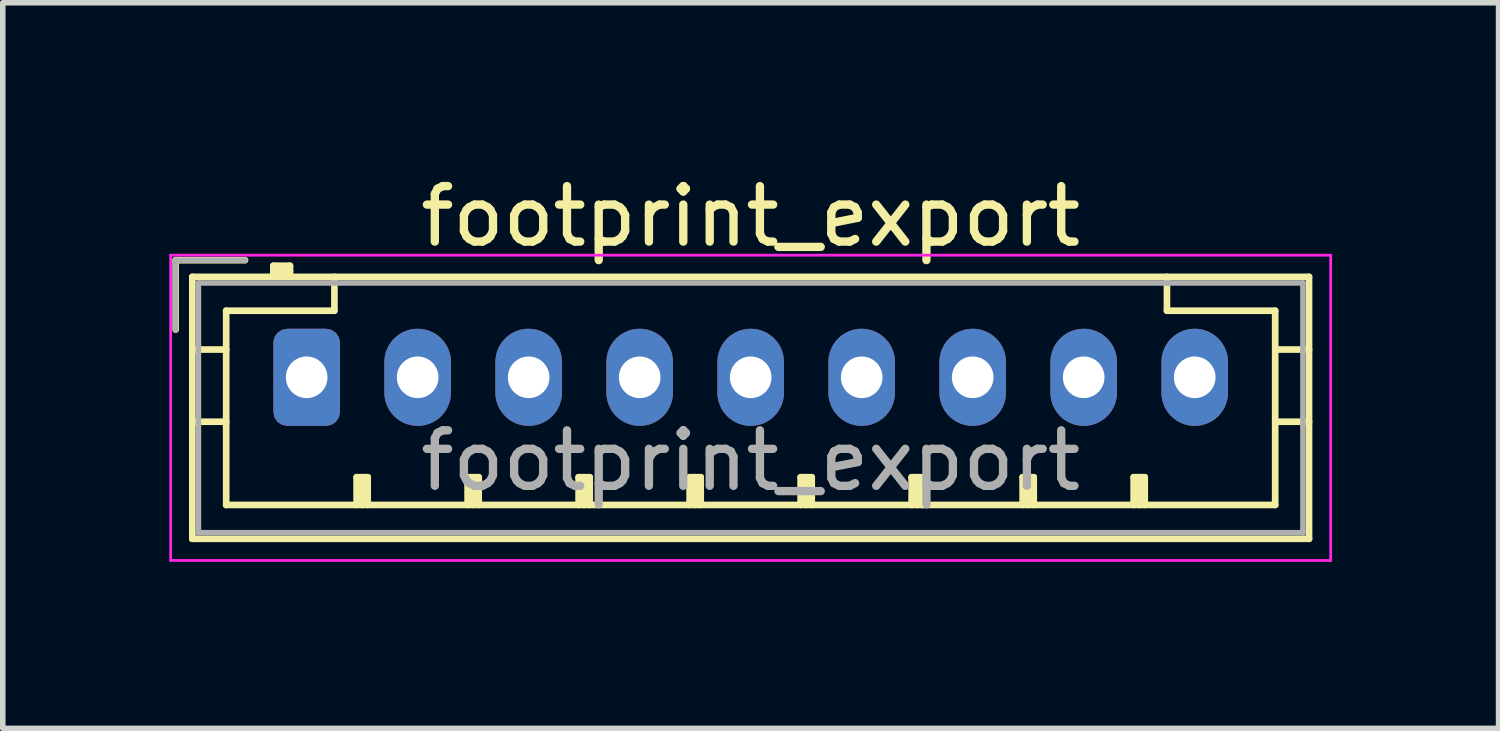
<source format=kicad_pcb>
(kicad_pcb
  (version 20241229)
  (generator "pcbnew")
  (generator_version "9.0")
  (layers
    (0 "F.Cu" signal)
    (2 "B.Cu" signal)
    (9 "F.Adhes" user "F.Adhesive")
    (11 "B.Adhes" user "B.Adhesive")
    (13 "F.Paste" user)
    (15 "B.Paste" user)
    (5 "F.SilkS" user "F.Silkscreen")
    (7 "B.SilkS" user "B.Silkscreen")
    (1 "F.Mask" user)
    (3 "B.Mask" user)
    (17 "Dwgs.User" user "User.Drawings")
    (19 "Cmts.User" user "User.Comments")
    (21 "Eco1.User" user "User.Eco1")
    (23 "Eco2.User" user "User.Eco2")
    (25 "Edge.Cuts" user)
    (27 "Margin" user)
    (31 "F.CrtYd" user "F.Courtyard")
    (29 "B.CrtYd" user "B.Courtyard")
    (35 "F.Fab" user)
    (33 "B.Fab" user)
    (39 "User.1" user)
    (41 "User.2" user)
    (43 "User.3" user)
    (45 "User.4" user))
  (footprint "footprint_export"
    (layer "F.Cu")
    (at 2.475 3.748)
    (property "Reference" "footprint_export" (at 8 -2.9 0) (layer "F.SilkS") (effects (font (size 1 1) (thickness 0.15))))
    (attr through_hole)
    (fp_line (start -2.36 -2.11) (end -2.36 -0.86) (stroke (width 0.12) (type solid)) (layer "F.SilkS"))
    (fp_line (start -2.06 -1.81) (end -2.06 2.91) (stroke (width 0.12) (type solid)) (layer "F.SilkS"))
    (fp_line (start -2.06 -0.5) (end -1.45 -0.5) (stroke (width 0.12) (type solid)) (layer "F.SilkS"))
    (fp_line (start -2.06 0.8) (end -1.45 0.8) (stroke (width 0.12) (type solid)) (layer "F.SilkS"))
    (fp_line (start -2.06 2.91) (end 18.06 2.91) (stroke (width 0.12) (type solid)) (layer "F.SilkS"))
    (fp_line (start -1.45 -1.2) (end -1.45 2.3) (stroke (width 0.12) (type solid)) (layer "F.SilkS"))
    (fp_line (start -1.45 2.3) (end 17.45 2.3) (stroke (width 0.12) (type solid)) (layer "F.SilkS"))
    (fp_line (start -1.11 -2.11) (end -2.36 -2.11) (stroke (width 0.12) (type solid)) (layer "F.SilkS"))
    (fp_line (start -0.6 -2.01) (end -0.6 -1.81) (stroke (width 0.12) (type solid)) (layer "F.SilkS"))
    (fp_line (start -0.3 -2.01) (end -0.6 -2.01) (stroke (width 0.12) (type solid)) (layer "F.SilkS"))
    (fp_line (start -0.3 -1.91) (end -0.6 -1.91) (stroke (width 0.12) (type solid)) (layer "F.SilkS"))
    (fp_line (start -0.3 -1.81) (end -0.3 -2.01) (stroke (width 0.12) (type solid)) (layer "F.SilkS"))
    (fp_line (start 0.5 -1.81) (end 0.5 -1.2) (stroke (width 0.12) (type solid)) (layer "F.SilkS"))
    (fp_line (start 0.5 -1.2) (end -1.45 -1.2) (stroke (width 0.12) (type solid)) (layer "F.SilkS"))
    (fp_line (start 0.9 1.8) (end 1.1 1.8) (stroke (width 0.12) (type solid)) (layer "F.SilkS"))
    (fp_line (start 0.9 2.3) (end 0.9 1.8) (stroke (width 0.12) (type solid)) (layer "F.SilkS"))
    (fp_line (start 1 2.3) (end 1 1.8) (stroke (width 0.12) (type solid)) (layer "F.SilkS"))
    (fp_line (start 1.1 1.8) (end 1.1 2.3) (stroke (width 0.12) (type solid)) (layer "F.SilkS"))
    (fp_line (start 2.9 1.8) (end 3.1 1.8) (stroke (width 0.12) (type solid)) (layer "F.SilkS"))
    (fp_line (start 2.9 2.3) (end 2.9 1.8) (stroke (width 0.12) (type solid)) (layer "F.SilkS"))
    (fp_line (start 3 2.3) (end 3 1.8) (stroke (width 0.12) (type solid)) (layer "F.SilkS"))
    (fp_line (start 3.1 1.8) (end 3.1 2.3) (stroke (width 0.12) (type solid)) (layer "F.SilkS"))
    (fp_line (start 4.9 1.8) (end 5.1 1.8) (stroke (width 0.12) (type solid)) (layer "F.SilkS"))
    (fp_line (start 4.9 2.3) (end 4.9 1.8) (stroke (width 0.12) (type solid)) (layer "F.SilkS"))
    (fp_line (start 5 2.3) (end 5 1.8) (stroke (width 0.12) (type solid)) (layer "F.SilkS"))
    (fp_line (start 5.1 1.8) (end 5.1 2.3) (stroke (width 0.12) (type solid)) (layer "F.SilkS"))
    (fp_line (start 6.9 1.8) (end 7.1 1.8) (stroke (width 0.12) (type solid)) (layer "F.SilkS"))
    (fp_line (start 6.9 2.3) (end 6.9 1.8) (stroke (width 0.12) (type solid)) (layer "F.SilkS"))
    (fp_line (start 7 2.3) (end 7 1.8) (stroke (width 0.12) (type solid)) (layer "F.SilkS"))
    (fp_line (start 7.1 1.8) (end 7.1 2.3) (stroke (width 0.12) (type solid)) (layer "F.SilkS"))
    (fp_line (start 8.9 1.8) (end 9.1 1.8) (stroke (width 0.12) (type solid)) (layer "F.SilkS"))
    (fp_line (start 8.9 2.3) (end 8.9 1.8) (stroke (width 0.12) (type solid)) (layer "F.SilkS"))
    (fp_line (start 9 2.3) (end 9 1.8) (stroke (width 0.12) (type solid)) (layer "F.SilkS"))
    (fp_line (start 9.1 1.8) (end 9.1 2.3) (stroke (width 0.12) (type solid)) (layer "F.SilkS"))
    (fp_line (start 10.9 1.8) (end 11.1 1.8) (stroke (width 0.12) (type solid)) (layer "F.SilkS"))
    (fp_line (start 10.9 2.3) (end 10.9 1.8) (stroke (width 0.12) (type solid)) (layer "F.SilkS"))
    (fp_line (start 11 2.3) (end 11 1.8) (stroke (width 0.12) (type solid)) (layer "F.SilkS"))
    (fp_line (start 11.1 1.8) (end 11.1 2.3) (stroke (width 0.12) (type solid)) (layer "F.SilkS"))
    (fp_line (start 12.9 1.8) (end 13.1 1.8) (stroke (width 0.12) (type solid)) (layer "F.SilkS"))
    (fp_line (start 12.9 2.3) (end 12.9 1.8) (stroke (width 0.12) (type solid)) (layer "F.SilkS"))
    (fp_line (start 13 2.3) (end 13 1.8) (stroke (width 0.12) (type solid)) (layer "F.SilkS"))
    (fp_line (start 13.1 1.8) (end 13.1 2.3) (stroke (width 0.12) (type solid)) (layer "F.SilkS"))
    (fp_line (start 14.9 1.8) (end 15.1 1.8) (stroke (width 0.12) (type solid)) (layer "F.SilkS"))
    (fp_line (start 14.9 2.3) (end 14.9 1.8) (stroke (width 0.12) (type solid)) (layer "F.SilkS"))
    (fp_line (start 15 2.3) (end 15 1.8) (stroke (width 0.12) (type solid)) (layer "F.SilkS"))
    (fp_line (start 15.1 1.8) (end 15.1 2.3) (stroke (width 0.12) (type solid)) (layer "F.SilkS"))
    (fp_line (start 15.5 -1.2) (end 15.5 -1.81) (stroke (width 0.12) (type solid)) (layer "F.SilkS"))
    (fp_line (start 17.45 -1.2) (end 15.5 -1.2) (stroke (width 0.12) (type solid)) (layer "F.SilkS"))
    (fp_line (start 17.45 2.3) (end 17.45 -1.2) (stroke (width 0.12) (type solid)) (layer "F.SilkS"))
    (fp_line (start 18.06 -1.81) (end -2.06 -1.81) (stroke (width 0.12) (type solid)) (layer "F.SilkS"))
    (fp_line (start 18.06 -0.5) (end 17.45 -0.5) (stroke (width 0.12) (type solid)) (layer "F.SilkS"))
    (fp_line (start 18.06 0.8) (end 17.45 0.8) (stroke (width 0.12) (type solid)) (layer "F.SilkS"))
    (fp_line (start 18.06 2.91) (end 18.06 -1.81) (stroke (width 0.12) (type solid)) (layer "F.SilkS"))
    (fp_line (start -2.45 -2.2) (end -2.45 3.3) (stroke (width 0.05) (type solid)) (layer "F.CrtYd"))
    (fp_line (start -2.45 3.3) (end 18.45 3.3) (stroke (width 0.05) (type solid)) (layer "F.CrtYd"))
    (fp_line (start 18.45 -2.2) (end -2.45 -2.2) (stroke (width 0.05) (type solid)) (layer "F.CrtYd"))
    (fp_line (start 18.45 3.3) (end 18.45 -2.2) (stroke (width 0.05) (type solid)) (layer "F.CrtYd"))
    (fp_line (start -2.36 -2.11) (end -2.36 -0.86) (stroke (width 0.1) (type solid)) (layer "F.Fab"))
    (fp_line (start -1.95 -1.7) (end -1.95 2.8) (stroke (width 0.1) (type solid)) (layer "F.Fab"))
    (fp_line (start -1.95 2.8) (end 17.95 2.8) (stroke (width 0.1) (type solid)) (layer "F.Fab"))
    (fp_line (start -1.11 -2.11) (end -2.36 -2.11) (stroke (width 0.1) (type solid)) (layer "F.Fab"))
    (fp_line (start 17.95 -1.7) (end -1.95 -1.7) (stroke (width 0.1) (type solid)) (layer "F.Fab"))
    (fp_line (start 17.95 2.8) (end 17.95 -1.7) (stroke (width 0.1) (type solid)) (layer "F.Fab"))
    (fp_text user "${REFERENCE}" (at 8 1.5 0) (layer "F.Fab") (effects (font (size 1 1) (thickness 0.15))))
    (pad "1" thru_hole roundrect (at 0 0) (size 1.2 1.75) (drill 0.75) (layers "*.Cu" "*.Mask") (roundrect_rratio 0.208))
    (pad "2" thru_hole oval (at 2 0) (size 1.2 1.75) (drill 0.75) (layers "*.Cu" "*.Mask"))
    (pad "3" thru_hole oval (at 4 0) (size 1.2 1.75) (drill 0.75) (layers "*.Cu" "*.Mask"))
    (pad "4" thru_hole oval (at 6 0) (size 1.2 1.75) (drill 0.75) (layers "*.Cu" "*.Mask"))
    (pad "5" thru_hole oval (at 8 0) (size 1.2 1.75) (drill 0.75) (layers "*.Cu" "*.Mask"))
    (pad "6" thru_hole oval (at 10 0) (size 1.2 1.75) (drill 0.75) (layers "*.Cu" "*.Mask"))
    (pad "7" thru_hole oval (at 12 0) (size 1.2 1.75) (drill 0.75) (layers "*.Cu" "*.Mask"))
    (pad "8" thru_hole oval (at 14 0) (size 1.2 1.75) (drill 0.75) (layers "*.Cu" "*.Mask"))
    (pad "9" thru_hole oval (at 16 0) (size 1.2 1.75) (drill 0.75) (layers "*.Cu" "*.Mask")))
  (gr_rect
    (start -3 -3)
    (end 23.95 10.073)
    (stroke (width 0.1) (type default))
    (fill no)
    (layer "Edge.Cuts")))
</source>
